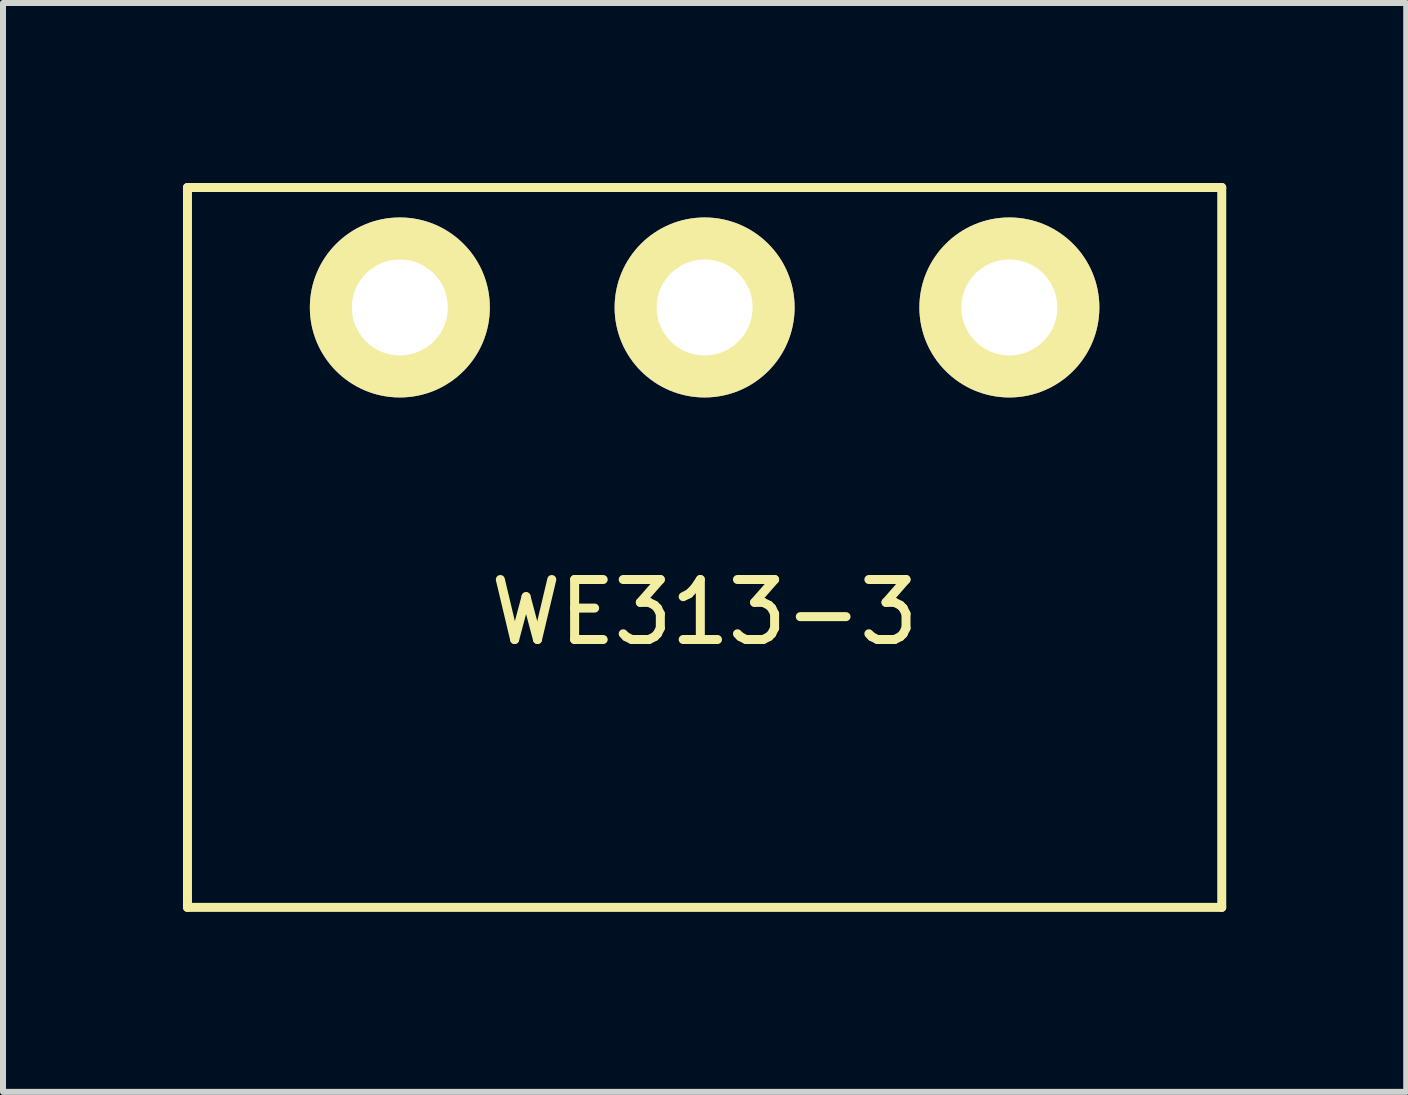
<source format=kicad_pcb>
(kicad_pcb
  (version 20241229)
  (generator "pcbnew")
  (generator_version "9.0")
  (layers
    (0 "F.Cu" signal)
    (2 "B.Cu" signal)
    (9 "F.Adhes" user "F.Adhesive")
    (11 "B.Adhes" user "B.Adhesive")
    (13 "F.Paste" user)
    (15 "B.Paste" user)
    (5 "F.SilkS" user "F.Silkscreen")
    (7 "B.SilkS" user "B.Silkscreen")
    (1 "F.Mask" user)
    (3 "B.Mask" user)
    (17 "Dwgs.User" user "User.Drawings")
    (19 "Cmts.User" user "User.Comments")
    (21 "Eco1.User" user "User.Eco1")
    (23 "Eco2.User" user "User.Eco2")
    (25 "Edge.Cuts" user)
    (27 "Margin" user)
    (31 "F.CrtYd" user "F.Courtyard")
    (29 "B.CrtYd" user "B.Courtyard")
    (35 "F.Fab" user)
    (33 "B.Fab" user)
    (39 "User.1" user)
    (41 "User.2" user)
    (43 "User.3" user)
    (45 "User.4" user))
  (footprint "WE313-3"
    (layer "F.Cu")
    (at 8.695 2.075)
    (property "Reference" "WE313-3" (at 0 5.08 0) (layer "F.SilkS") (effects (font (size 1 1) (thickness 0.15))))
    (attr through_hole)
    (fp_line (start -8.62 -2) (end 8.62 -2) (stroke (width 0.15) (type solid)) (layer "F.SilkS"))
    (fp_line (start -8.62 10) (end -8.62 -2) (stroke (width 0.15) (type solid)) (layer "F.SilkS"))
    (fp_line (start 8.62 -2) (end 8.62 10) (stroke (width 0.15) (type solid)) (layer "F.SilkS"))
    (fp_line (start 8.62 10) (end -8.62 10) (stroke (width 0.15) (type solid)) (layer "F.SilkS"))
    (pad "1" thru_hole circle (at -5.08 0) (size 3 3) (drill 1.6) (layers "*.Cu" "*.Mask" "F.SilkS"))
    (pad "2" thru_hole circle (at 0 0) (size 3 3) (drill 1.6) (layers "*.Cu" "*.Mask" "F.SilkS"))
    (pad "3" thru_hole circle (at 5.08 0) (size 3 3) (drill 1.6) (layers "*.Cu" "*.Mask" "F.SilkS")))
  (gr_rect
    (start -3 -3)
    (end 20.39 15.15)
    (stroke (width 0.1) (type default))
    (fill no)
    (layer "Edge.Cuts")))
</source>
